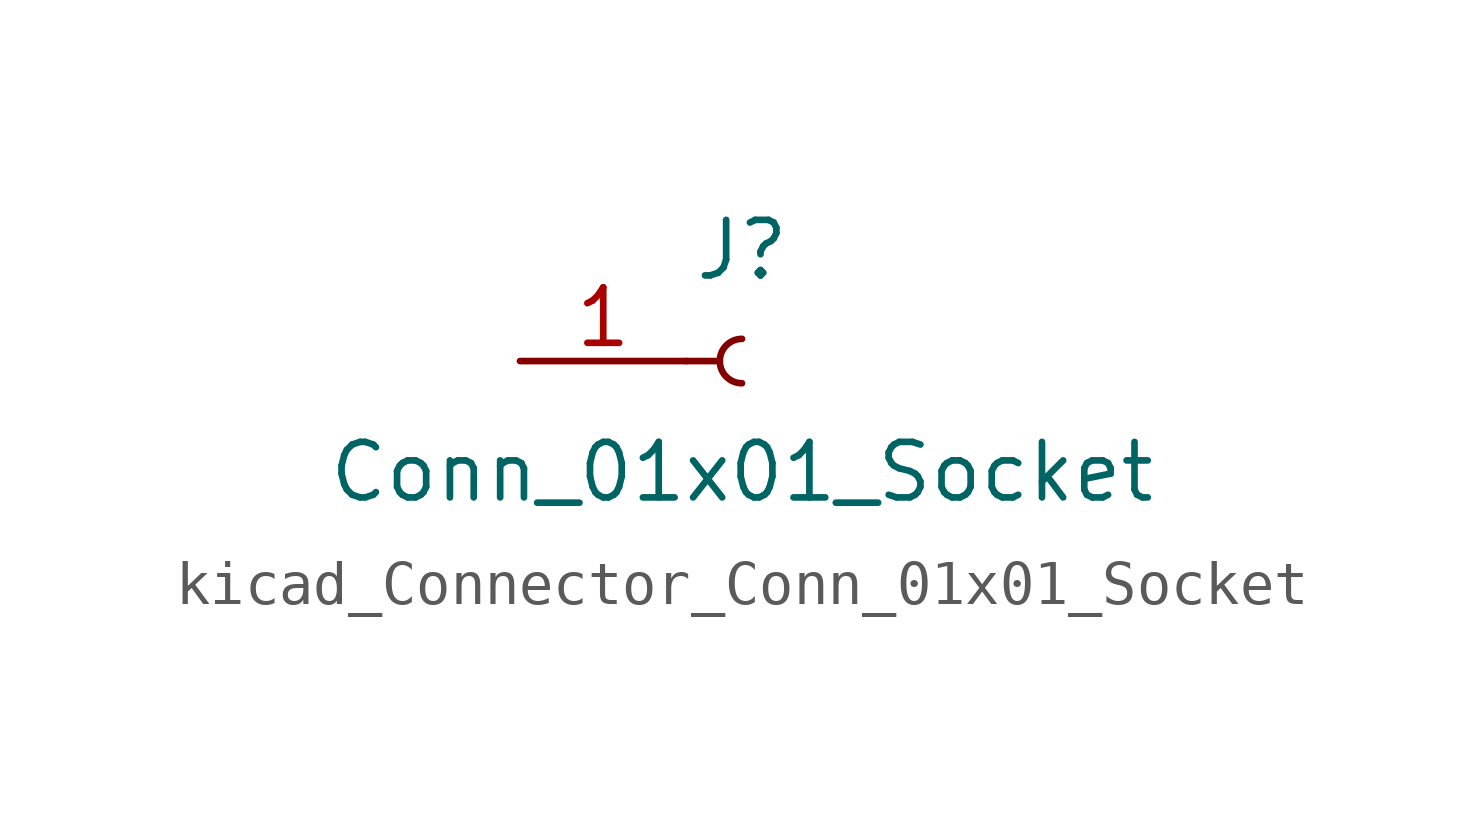
<source format=kicad_sym>
(kicad_symbol_lib
  (version 20220914)
  (generator kicad_symbol_editor)
  (symbol "kicad_Connector_Conn_01x01_Socket"
    (pin_names
      (offset 1.016) hide)
    (property "Reference" "J"
      (at 0 2.54 0)
      (effects (font (size 1.27 1.27))))
    (property "Value" "Conn_01x01_Socket"
      (at 0 -2.54 0)
      (effects (font (size 1.27 1.27))))
    (property "ki_locked" ""
      (at 0 0 0)
      (effects (font (size 1.27 1.27))))
    (symbol "kicad_Connector_Conn_01x01_Socket_1_1"
      (polyline (pts (xy -1.27 0) (xy -0.508 0)) (stroke (width 0.152) (type default)) (fill (type none)))
      (arc (start 0 0.508) (mid -0.5058 0) (end 0 -0.508) (stroke (width 0.1524) (type default)) (fill (type none)))
      (pin passive line (at -5.08 0 0) (length 3.81) (name "Pin_1" (effects (font (size 1.27 1.27)))) (number "1" (effects (font (size 1.27 1.27))))))))
</source>
